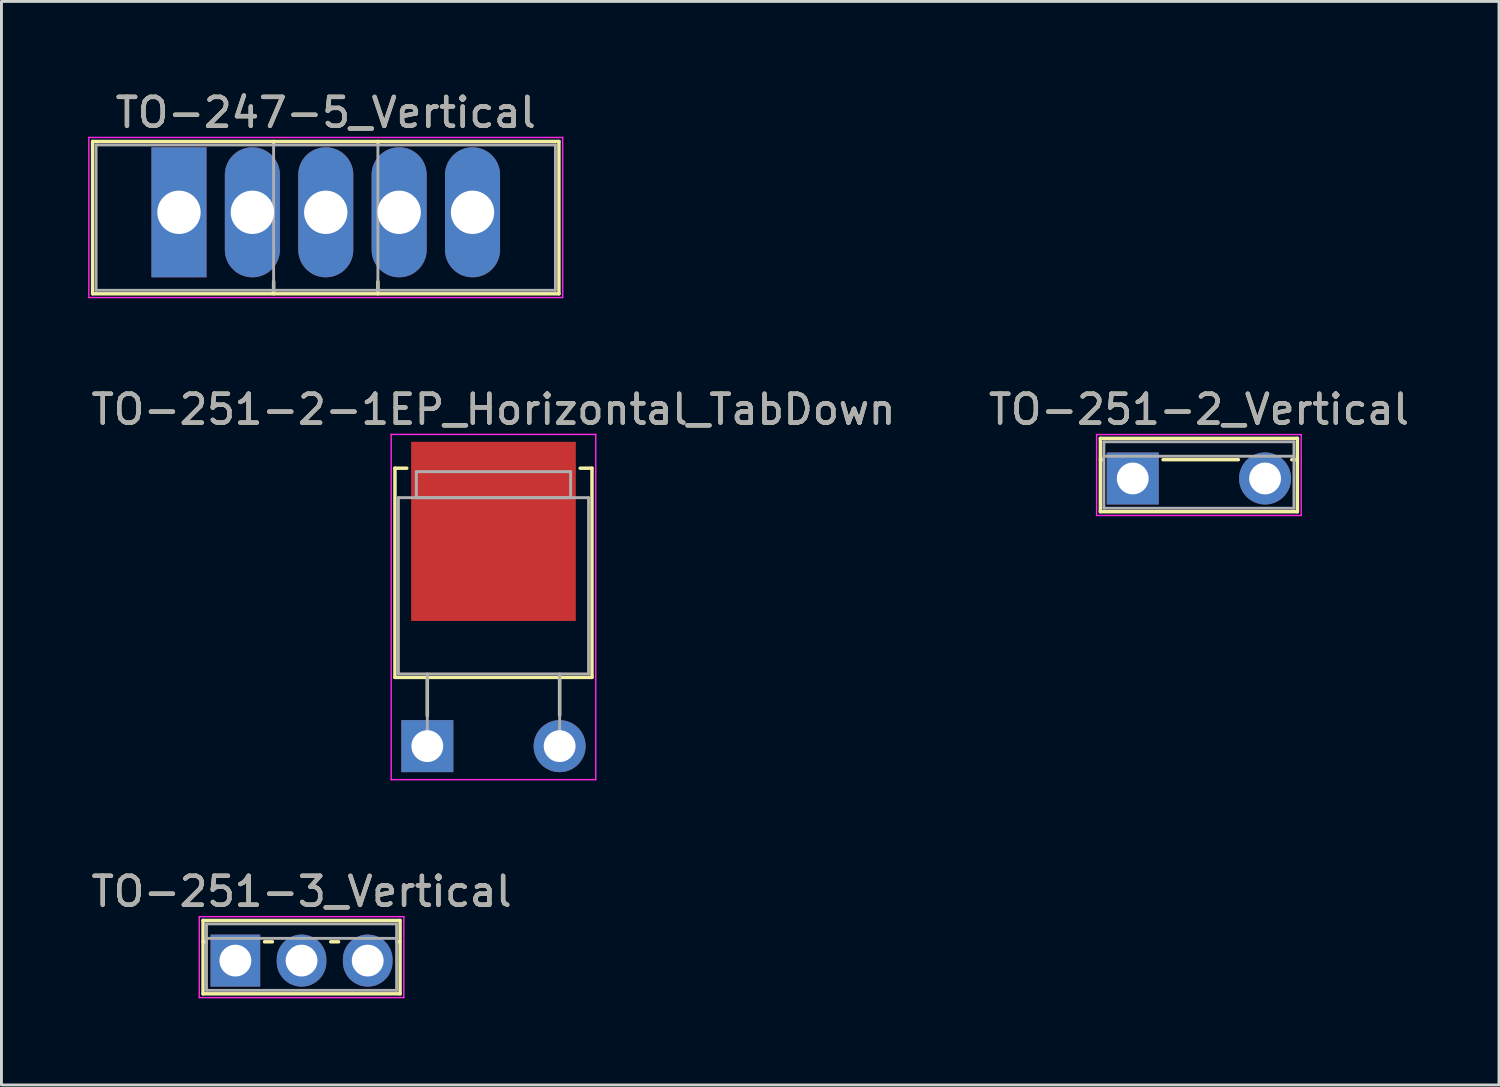
<source format=kicad_pcb>
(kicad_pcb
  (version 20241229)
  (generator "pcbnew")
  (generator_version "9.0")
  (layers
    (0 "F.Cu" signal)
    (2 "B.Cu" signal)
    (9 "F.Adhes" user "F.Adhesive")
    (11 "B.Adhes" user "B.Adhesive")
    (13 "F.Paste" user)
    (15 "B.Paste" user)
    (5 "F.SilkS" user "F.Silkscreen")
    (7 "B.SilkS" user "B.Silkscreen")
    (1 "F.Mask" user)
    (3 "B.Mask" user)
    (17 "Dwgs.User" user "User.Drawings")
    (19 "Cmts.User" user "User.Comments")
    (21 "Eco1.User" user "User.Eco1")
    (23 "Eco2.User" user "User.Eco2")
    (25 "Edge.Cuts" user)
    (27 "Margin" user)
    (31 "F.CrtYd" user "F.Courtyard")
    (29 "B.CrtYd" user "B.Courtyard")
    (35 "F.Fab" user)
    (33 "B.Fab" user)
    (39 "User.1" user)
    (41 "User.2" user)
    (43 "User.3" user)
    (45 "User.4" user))
  (footprint "TO-251-3_Vertical"
    (layer "F.Cu")
    (at 5.097 30.198)
    (property "Reference" "TO-251-3_Vertical" (at 2.29 -2.39 0) (layer "F.SilkS") (effects (font (size 1 1) (thickness 0.15))))
    (attr through_hole)
    (fp_line (start -1.12 -1.39) (end -1.12 1.15) (stroke (width 0.12) (type solid)) (layer "F.SilkS"))
    (fp_line (start -1.12 -1.39) (end 5.7 -1.39) (stroke (width 0.12) (type solid)) (layer "F.SilkS"))
    (fp_line (start -1.12 -0.651) (end -1.009 -0.651) (stroke (width 0.12) (type solid)) (layer "F.SilkS"))
    (fp_line (start -1.12 1.15) (end 5.7 1.15) (stroke (width 0.12) (type solid)) (layer "F.SilkS"))
    (fp_line (start 1.009 -0.651) (end 1.282 -0.651) (stroke (width 0.12) (type solid)) (layer "F.SilkS"))
    (fp_line (start 3.299 -0.651) (end 3.572 -0.651) (stroke (width 0.12) (type solid)) (layer "F.SilkS"))
    (fp_line (start 5.589 -0.651) (end 5.7 -0.651) (stroke (width 0.12) (type solid)) (layer "F.SilkS"))
    (fp_line (start 5.7 -1.39) (end 5.7 1.15) (stroke (width 0.12) (type solid)) (layer "F.SilkS"))
    (fp_line (start -1.25 -1.52) (end -1.25 1.28) (stroke (width 0.05) (type solid)) (layer "F.CrtYd"))
    (fp_line (start -1.25 1.28) (end 5.83 1.28) (stroke (width 0.05) (type solid)) (layer "F.CrtYd"))
    (fp_line (start 5.83 -1.52) (end -1.25 -1.52) (stroke (width 0.05) (type solid)) (layer "F.CrtYd"))
    (fp_line (start 5.83 1.28) (end 5.83 -1.52) (stroke (width 0.05) (type solid)) (layer "F.CrtYd"))
    (fp_line (start -1 -1.27) (end -1 1.03) (stroke (width 0.1) (type solid)) (layer "F.Fab"))
    (fp_line (start -1 -0.77) (end 5.58 -0.77) (stroke (width 0.1) (type solid)) (layer "F.Fab"))
    (fp_line (start -1 1.03) (end 5.58 1.03) (stroke (width 0.1) (type solid)) (layer "F.Fab"))
    (fp_line (start 5.58 -1.27) (end -1 -1.27) (stroke (width 0.1) (type solid)) (layer "F.Fab"))
    (fp_line (start 5.58 1.03) (end 5.58 -1.27) (stroke (width 0.1) (type solid)) (layer "F.Fab"))
    (fp_text user "${REFERENCE}" (at 2.29 -2.39 0) (layer "F.Fab") (effects (font (size 1 1) (thickness 0.15))))
    (pad "1" thru_hole rect (at 0 0) (size 1.718 1.8) (drill 1.1) (layers "*.Cu" "*.Mask"))
    (pad "2" thru_hole oval (at 2.29 0) (size 1.718 1.8) (drill 1.1) (layers "*.Cu" "*.Mask"))
    (pad "3" thru_hole oval (at 4.58 0) (size 1.718 1.8) (drill 1.1) (layers "*.Cu" "*.Mask")))
  (footprint "TO-251-2-1EP_Horizontal_TabDown"
    (layer "F.Cu")
    (at 11.74 22.775)
    (property "Reference" "TO-251-2-1EP_Horizontal_TabDown" (at 2.29 -11.653 0) (layer "F.SilkS") (effects (font (size 1 1) (thickness 0.15))))
    (attr through_hole)
    (fp_line (start -1.12 -9.62) (end -1.12 -2.38) (stroke (width 0.12) (type solid)) (layer "F.SilkS"))
    (fp_line (start -1.12 -9.62) (end -0.711 -9.62) (stroke (width 0.12) (type solid)) (layer "F.SilkS"))
    (fp_line (start -1.12 -2.38) (end 5.7 -2.38) (stroke (width 0.12) (type solid)) (layer "F.SilkS"))
    (fp_line (start 0 -2.38) (end 0 -1.05) (stroke (width 0.12) (type solid)) (layer "F.SilkS"))
    (fp_line (start 4.58 -2.38) (end 4.58 -1.066) (stroke (width 0.12) (type solid)) (layer "F.SilkS"))
    (fp_line (start 5.291 -9.62) (end 5.7 -9.62) (stroke (width 0.12) (type solid)) (layer "F.SilkS"))
    (fp_line (start 5.7 -9.62) (end 5.7 -2.38) (stroke (width 0.12) (type solid)) (layer "F.SilkS"))
    (fp_line (start -1.25 -10.79) (end -1.25 1.16) (stroke (width 0.05) (type solid)) (layer "F.CrtYd"))
    (fp_line (start -1.25 1.16) (end 5.83 1.16) (stroke (width 0.05) (type solid)) (layer "F.CrtYd"))
    (fp_line (start 5.83 -10.79) (end -1.25 -10.79) (stroke (width 0.05) (type solid)) (layer "F.CrtYd"))
    (fp_line (start 5.83 1.16) (end 5.83 -10.79) (stroke (width 0.05) (type solid)) (layer "F.CrtYd"))
    (fp_line (start -1 -8.6) (end 5.58 -8.6) (stroke (width 0.1) (type solid)) (layer "F.Fab"))
    (fp_line (start -1 -2.5) (end -1 -8.6) (stroke (width 0.1) (type solid)) (layer "F.Fab"))
    (fp_line (start -0.38 -9.5) (end 4.96 -9.5) (stroke (width 0.1) (type solid)) (layer "F.Fab"))
    (fp_line (start -0.38 -8.6) (end -0.38 -9.5) (stroke (width 0.1) (type solid)) (layer "F.Fab"))
    (fp_line (start 0 -2.5) (end 0 0) (stroke (width 0.1) (type solid)) (layer "F.Fab"))
    (fp_line (start 4.58 -2.5) (end 4.58 0) (stroke (width 0.1) (type solid)) (layer "F.Fab"))
    (fp_line (start 4.96 -9.5) (end 4.96 -8.6) (stroke (width 0.1) (type solid)) (layer "F.Fab"))
    (fp_line (start 4.96 -8.6) (end -0.38 -8.6) (stroke (width 0.1) (type solid)) (layer "F.Fab"))
    (fp_line (start 5.58 -8.6) (end 5.58 -2.5) (stroke (width 0.1) (type solid)) (layer "F.Fab"))
    (fp_line (start 5.58 -2.5) (end -1 -2.5) (stroke (width 0.1) (type solid)) (layer "F.Fab"))
    (fp_text user "${REFERENCE}" (at 2.29 -11.653 0) (layer "F.Fab") (effects (font (size 1 1) (thickness 0.15))))
    (pad "1" thru_hole rect (at 0 0) (size 1.8 1.8) (drill 1.1) (layers "*.Cu" "*.Mask"))
    (pad "2" thru_hole oval (at 4.58 0) (size 1.8 1.8) (drill 1.1) (layers "*.Cu" "*.Mask"))
    (pad "3" smd rect (at 2.29 -7.433) (size 5.7 6.2) (layers "F.Cu" "F.Mask" "F.Paste")))
  (footprint "TO-251-2_Vertical"
    (layer "F.Cu")
    (at 36.156 13.511)
    (property "Reference" "TO-251-2_Vertical" (at 2.29 -2.39 0) (layer "F.SilkS") (effects (font (size 1 1) (thickness 0.15))))
    (attr through_hole)
    (fp_line (start -1.12 -1.39) (end -1.12 1.15) (stroke (width 0.12) (type solid)) (layer "F.SilkS"))
    (fp_line (start -1.12 -1.39) (end 5.7 -1.39) (stroke (width 0.12) (type solid)) (layer "F.SilkS"))
    (fp_line (start -1.12 -0.651) (end -1.05 -0.651) (stroke (width 0.12) (type solid)) (layer "F.SilkS"))
    (fp_line (start -1.12 1.15) (end 5.7 1.15) (stroke (width 0.12) (type solid)) (layer "F.SilkS"))
    (fp_line (start 1.05 -0.651) (end 3.656 -0.651) (stroke (width 0.12) (type solid)) (layer "F.SilkS"))
    (fp_line (start 5.505 -0.651) (end 5.7 -0.651) (stroke (width 0.12) (type solid)) (layer "F.SilkS"))
    (fp_line (start 5.7 -1.39) (end 5.7 1.15) (stroke (width 0.12) (type solid)) (layer "F.SilkS"))
    (fp_line (start -1.25 -1.52) (end -1.25 1.28) (stroke (width 0.05) (type solid)) (layer "F.CrtYd"))
    (fp_line (start -1.25 1.28) (end 5.83 1.28) (stroke (width 0.05) (type solid)) (layer "F.CrtYd"))
    (fp_line (start 5.83 -1.52) (end -1.25 -1.52) (stroke (width 0.05) (type solid)) (layer "F.CrtYd"))
    (fp_line (start 5.83 1.28) (end 5.83 -1.52) (stroke (width 0.05) (type solid)) (layer "F.CrtYd"))
    (fp_line (start -1 -1.27) (end -1 1.03) (stroke (width 0.1) (type solid)) (layer "F.Fab"))
    (fp_line (start -1 -0.77) (end 5.58 -0.77) (stroke (width 0.1) (type solid)) (layer "F.Fab"))
    (fp_line (start -1 1.03) (end 5.58 1.03) (stroke (width 0.1) (type solid)) (layer "F.Fab"))
    (fp_line (start 5.58 -1.27) (end -1 -1.27) (stroke (width 0.1) (type solid)) (layer "F.Fab"))
    (fp_line (start 5.58 1.03) (end 5.58 -1.27) (stroke (width 0.1) (type solid)) (layer "F.Fab"))
    (fp_text user "${REFERENCE}" (at 2.29 -2.39 0) (layer "F.Fab") (effects (font (size 1 1) (thickness 0.15))))
    (pad "1" thru_hole rect (at 0 0) (size 1.8 1.8) (drill 1.1) (layers "*.Cu" "*.Mask"))
    (pad "2" thru_hole oval (at 4.58 0) (size 1.8 1.8) (drill 1.1) (layers "*.Cu" "*.Mask")))
  (footprint "TO-247-5_Vertical"
    (layer "F.Cu")
    (at 3.145 4.298)
    (property "Reference" "TO-247-5_Vertical" (at 5.08 -3.45 0) (layer "F.SilkS") (effects (font (size 1 1) (thickness 0.15))))
    (attr through_hole)
    (fp_line (start -2.99 -2.451) (end -2.99 2.82) (stroke (width 0.12) (type solid)) (layer "F.SilkS"))
    (fp_line (start -2.99 -2.451) (end 13.15 -2.451) (stroke (width 0.12) (type solid)) (layer "F.SilkS"))
    (fp_line (start -2.99 2.82) (end 13.15 2.82) (stroke (width 0.12) (type solid)) (layer "F.SilkS"))
    (fp_line (start 3.276 -2.451) (end 3.276 -2.4) (stroke (width 0.12) (type solid)) (layer "F.SilkS"))
    (fp_line (start 3.276 2.4) (end 3.276 2.82) (stroke (width 0.12) (type solid)) (layer "F.SilkS"))
    (fp_line (start 6.885 -2.451) (end 6.885 -2.4) (stroke (width 0.12) (type solid)) (layer "F.SilkS"))
    (fp_line (start 6.885 2.4) (end 6.885 2.82) (stroke (width 0.12) (type solid)) (layer "F.SilkS"))
    (fp_line (start 13.15 -2.451) (end 13.15 2.82) (stroke (width 0.12) (type solid)) (layer "F.SilkS"))
    (fp_line (start -3.12 -2.59) (end -3.12 2.95) (stroke (width 0.05) (type solid)) (layer "F.CrtYd"))
    (fp_line (start -3.12 2.95) (end 13.28 2.95) (stroke (width 0.05) (type solid)) (layer "F.CrtYd"))
    (fp_line (start 13.28 -2.59) (end -3.12 -2.59) (stroke (width 0.05) (type solid)) (layer "F.CrtYd"))
    (fp_line (start 13.28 2.95) (end 13.28 -2.59) (stroke (width 0.05) (type solid)) (layer "F.CrtYd"))
    (fp_line (start -2.87 -2.33) (end -2.87 2.7) (stroke (width 0.1) (type solid)) (layer "F.Fab"))
    (fp_line (start -2.87 2.7) (end 13.03 2.7) (stroke (width 0.1) (type solid)) (layer "F.Fab"))
    (fp_line (start 3.275 -2.33) (end 3.275 2.7) (stroke (width 0.1) (type solid)) (layer "F.Fab"))
    (fp_line (start 6.885 -2.33) (end 6.885 2.7) (stroke (width 0.1) (type solid)) (layer "F.Fab"))
    (fp_line (start 13.03 -2.33) (end -2.87 -2.33) (stroke (width 0.1) (type solid)) (layer "F.Fab"))
    (fp_line (start 13.03 2.7) (end 13.03 -2.33) (stroke (width 0.1) (type solid)) (layer "F.Fab"))
    (fp_text user "${REFERENCE}" (at 5.08 -3.45 0) (layer "F.Fab") (effects (font (size 1 1) (thickness 0.15))))
    (pad "1" thru_hole rect (at 0 0) (size 1.905 4.5) (drill 1.5) (layers "*.Cu" "*.Mask"))
    (pad "2" thru_hole oval (at 2.54 0) (size 1.905 4.5) (drill 1.5) (layers "*.Cu" "*.Mask"))
    (pad "3" thru_hole oval (at 5.08 0) (size 1.905 4.5) (drill 1.5) (layers "*.Cu" "*.Mask"))
    (pad "4" thru_hole oval (at 7.62 0) (size 1.905 4.5) (drill 1.5) (layers "*.Cu" "*.Mask"))
    (pad "5" thru_hole oval (at 10.16 0) (size 1.905 4.5) (drill 1.5) (layers "*.Cu" "*.Mask")))
  (gr_rect
    (start -3 -3)
    (end 48.833 34.503)
    (stroke (width 0.1) (type default))
    (fill no)
    (layer "Edge.Cuts")))
</source>
